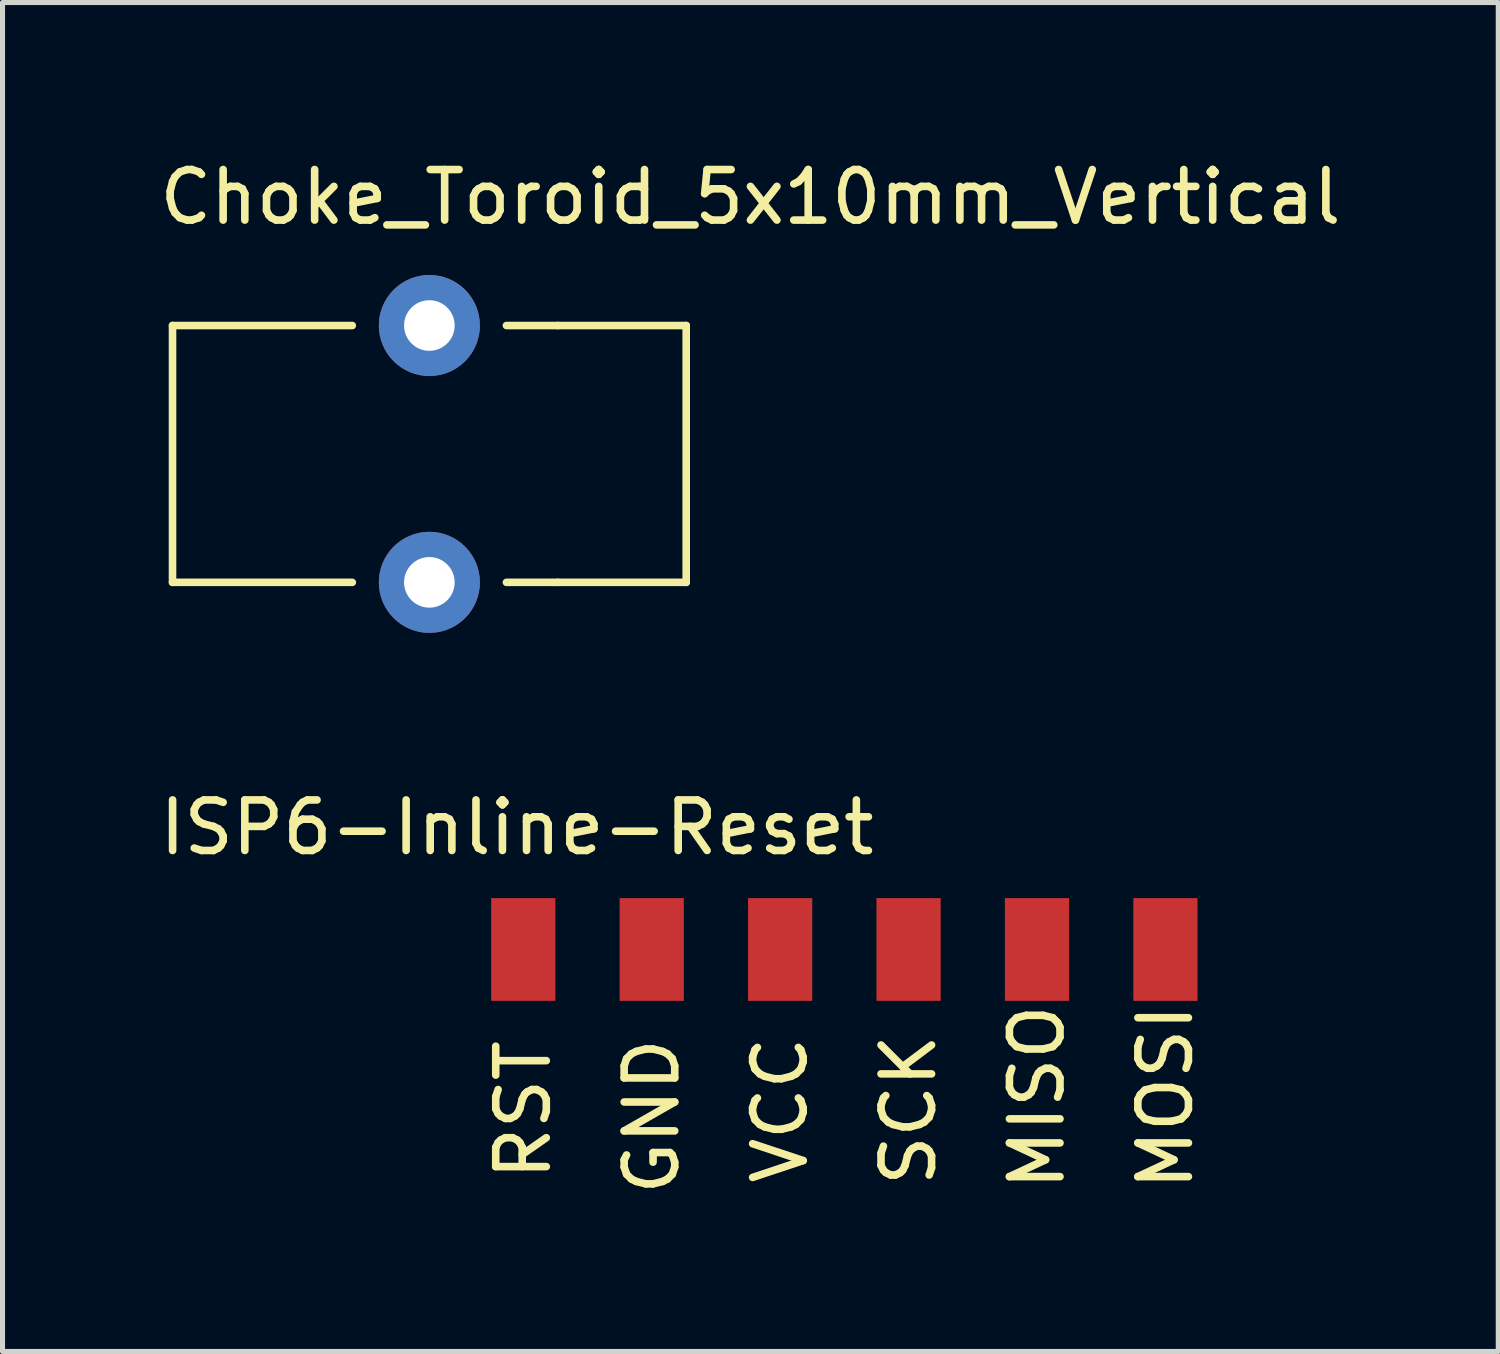
<source format=kicad_pcb>
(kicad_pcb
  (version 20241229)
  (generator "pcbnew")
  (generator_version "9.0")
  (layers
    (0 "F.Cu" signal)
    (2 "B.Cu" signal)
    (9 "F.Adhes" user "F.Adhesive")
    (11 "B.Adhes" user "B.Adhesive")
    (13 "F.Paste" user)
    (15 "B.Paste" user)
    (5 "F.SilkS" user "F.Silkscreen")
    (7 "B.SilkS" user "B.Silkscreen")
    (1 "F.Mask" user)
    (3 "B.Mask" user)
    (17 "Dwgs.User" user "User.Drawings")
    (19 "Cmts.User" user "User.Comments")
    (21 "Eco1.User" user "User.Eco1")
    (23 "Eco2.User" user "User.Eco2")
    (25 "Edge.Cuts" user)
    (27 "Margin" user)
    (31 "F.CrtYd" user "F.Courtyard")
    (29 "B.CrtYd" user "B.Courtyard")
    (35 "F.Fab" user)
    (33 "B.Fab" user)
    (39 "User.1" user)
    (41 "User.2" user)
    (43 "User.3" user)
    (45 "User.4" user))
  (footprint "Choke_Toroid_5x10mm_Vertical"
    (layer "F.Cu")
    (at 0.362 8.468)
    (property "Reference" "Choke_Toroid_5x10mm_Vertical" (at 11.43 -7.62 0) (layer "F.SilkS") (effects (font (size 1 1) (thickness 0.15))))
    (attr through_hole)
    (fp_line (start 0 -5.08) (end 0 0) (stroke (width 0.15) (type solid)) (layer "F.SilkS"))
    (fp_line (start 0 -5.08) (end 3.556 -5.08) (stroke (width 0.15) (type solid)) (layer "F.SilkS"))
    (fp_line (start 0 0) (end 3.556 0) (stroke (width 0.15) (type solid)) (layer "F.SilkS"))
    (fp_line (start 7.62 -5.08) (end 6.604 -5.08) (stroke (width 0.15) (type solid)) (layer "F.SilkS"))
    (fp_line (start 7.62 0) (end 6.604 0) (stroke (width 0.15) (type solid)) (layer "F.SilkS"))
    (fp_line (start 10.16 -5.08) (end 7.62 -5.08) (stroke (width 0.15) (type solid)) (layer "F.SilkS"))
    (fp_line (start 10.16 0) (end 7.62 0) (stroke (width 0.15) (type solid)) (layer "F.SilkS"))
    (fp_line (start 10.16 0) (end 10.16 -5.08) (stroke (width 0.15) (type solid)) (layer "F.SilkS"))
    (pad "1" thru_hole circle (at 5.08 0) (size 1.999 1.999) (drill 1.001) (layers "*.Cu" "*.Mask"))
    (pad "2" thru_hole circle (at 5.08 -5.08) (size 1.999 1.999) (drill 1.001) (layers "*.Cu" "*.Mask")))
  (footprint "ISP6-Inline-Reset"
    (layer "F.Cu")
    (at 14.92 15.729)
    (property "Reference" "ISP6-Inline-Reset" (at -7.747 -2.413 0) (layer "F.SilkS") (effects (font (size 1 1) (thickness 0.15))))
    (attr through_hole)
    (fp_text user "SCK" (at 0 3.175 90) (layer "F.SilkS") (effects (font (size 1 1) (thickness 0.15))))
    (fp_text user "VCC" (at -2.54 3.175 90) (layer "F.SilkS") (effects (font (size 1 1) (thickness 0.15))))
    (fp_text user "MISO" (at 2.54 2.921 90) (layer "F.SilkS") (effects (font (size 1 1) (thickness 0.15))))
    (fp_text user "RST" (at -7.62 3.175 90) (layer "F.SilkS") (effects (font (size 1 1) (thickness 0.15))))
    (fp_text user "GND" (at -5.08 3.302 90) (layer "F.SilkS") (effects (font (size 1 1) (thickness 0.15))))
    (fp_text user "MOSI" (at 5.08 2.921 90) (layer "F.SilkS") (effects (font (size 1 1) (thickness 0.15))))
    (pad "1" smd rect (at -7.62 0) (size 1.27 2.032) (layers "F.Cu" "F.Mask" "F.Paste"))
    (pad "2" smd rect (at -5.08 0) (size 1.27 2.032) (layers "F.Cu" "F.Mask" "F.Paste"))
    (pad "3" smd rect (at -2.54 0) (size 1.27 2.032) (layers "F.Cu" "F.Mask" "F.Paste"))
    (pad "4" smd rect (at 0 0) (size 1.27 2.032) (layers "F.Cu" "F.Mask" "F.Paste"))
    (pad "5" smd rect (at 2.54 0) (size 1.27 2.032) (layers "F.Cu" "F.Mask" "F.Paste"))
    (pad "6" smd rect (at 5.08 0) (size 1.27 2.032) (layers "F.Cu" "F.Mask" "F.Paste")))
  (gr_rect
    (start -3 -3)
    (end 26.583 23.68)
    (stroke (width 0.1) (type default))
    (fill no)
    (layer "Edge.Cuts")))
</source>
